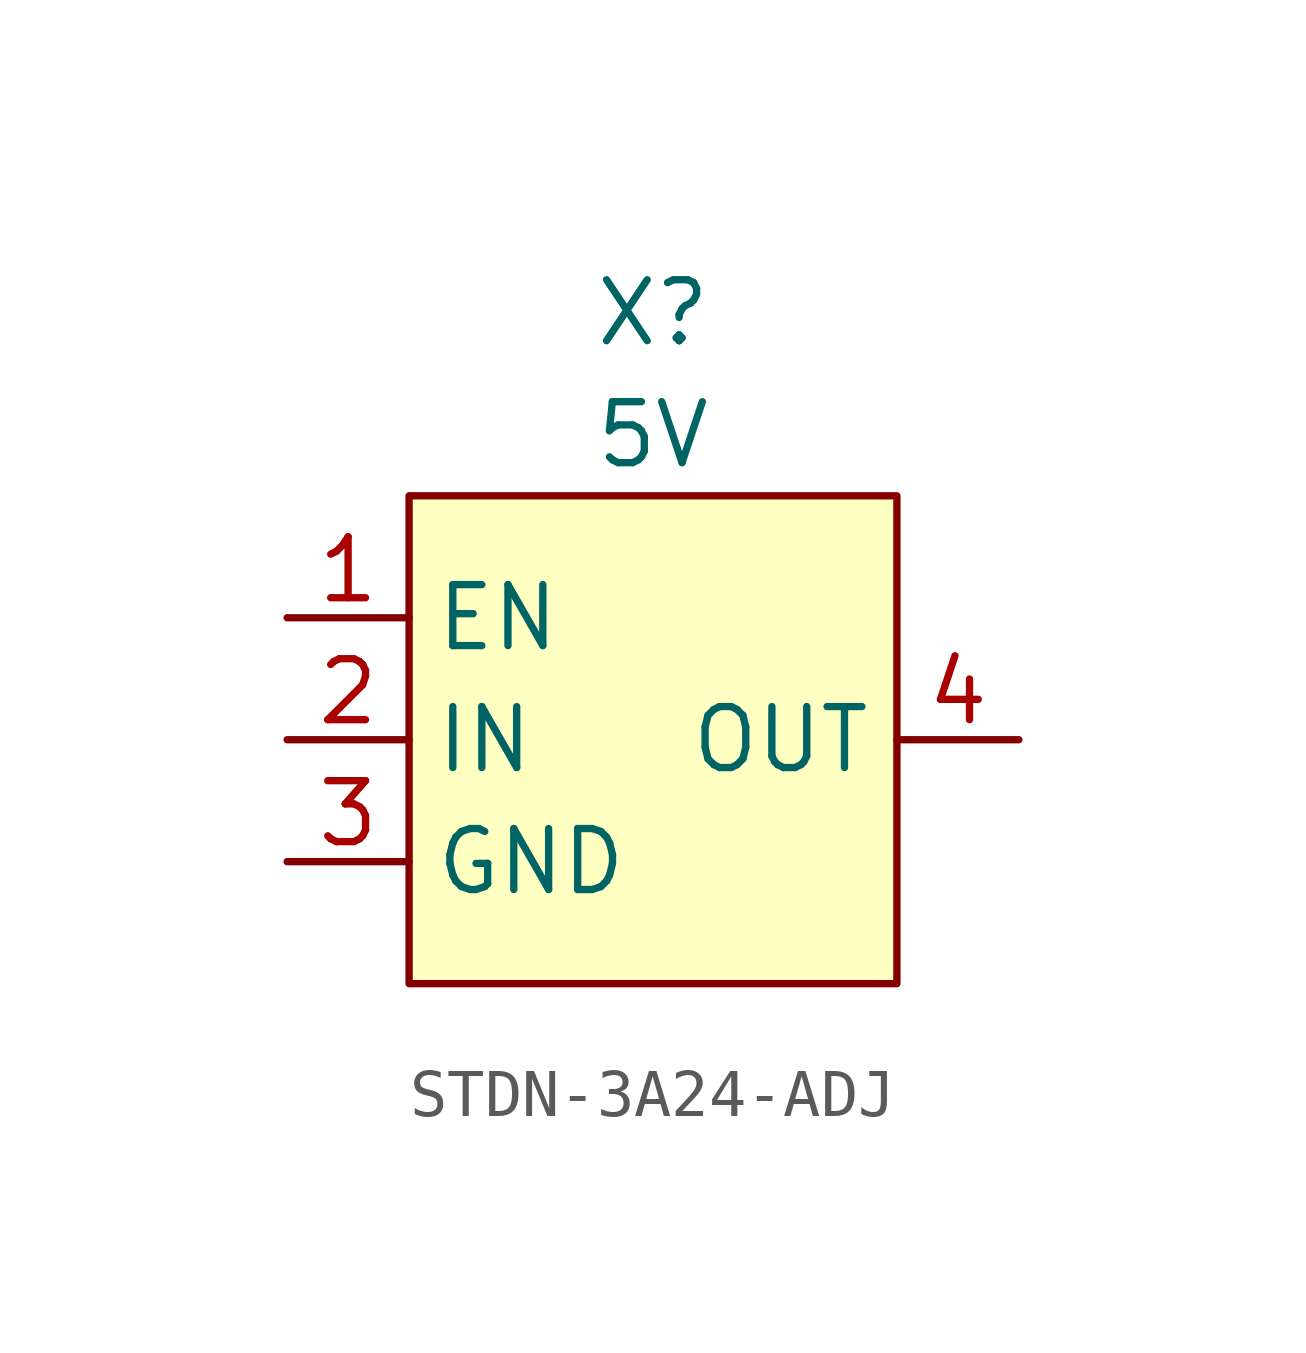
<source format=kicad_sym>
(kicad_symbol_lib
  (version 20231120)
  (generator "kicad_symbol_editor")
  (generator_version "8.0")
  (symbol "STDN-3A24-ADJ"
    (property "Reference" "X"
      (at 0 8.89 0)
      (effects (font (size 1.27 1.27))))
    (property "Value" "5V"
      (at 0 6.35 0)
      (effects (font (size 1.27 1.27))))
    (symbol "STDN-3A24-ADJ_0_1"
      (rectangle (start -5.08 5.08) (end 5.08 -5.08) (stroke (width 0) (type default)) (fill (type background))))
    (symbol "STDN-3A24-ADJ_1_1"
      (pin passive line (at -7.62 2.54 0) (length 2.54) (name "EN" (effects (font (size 1.27 1.27)))) (number "1" (effects (font (size 1.27 1.27)))))
      (pin power_in line (at -7.62 0 0) (length 2.54) (name "IN" (effects (font (size 1.27 1.27)))) (number "2" (effects (font (size 1.27 1.27)))))
      (pin power_in line (at -7.62 -2.54 0) (length 2.54) (name "GND" (effects (font (size 1.27 1.27)))) (number "3" (effects (font (size 1.27 1.27)))))
      (pin power_out line (at 7.62 0 180) (length 2.54) (name "OUT" (effects (font (size 1.27 1.27)))) (number "4" (effects (font (size 1.27 1.27))))))))
</source>
